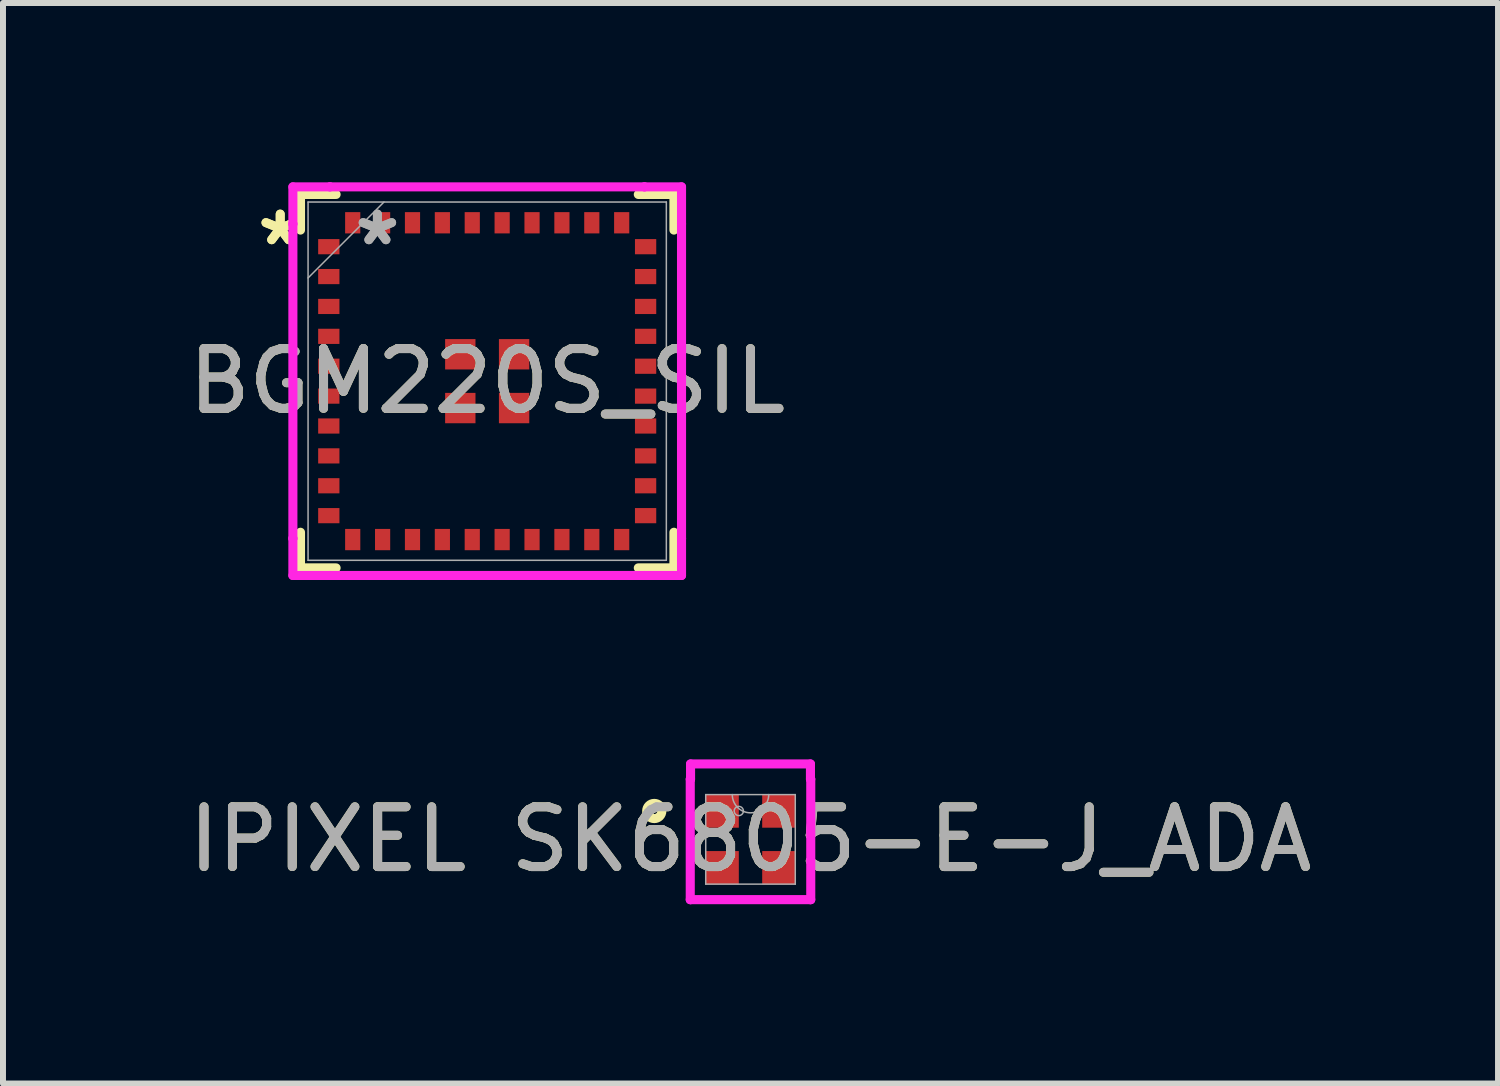
<source format=kicad_pcb>
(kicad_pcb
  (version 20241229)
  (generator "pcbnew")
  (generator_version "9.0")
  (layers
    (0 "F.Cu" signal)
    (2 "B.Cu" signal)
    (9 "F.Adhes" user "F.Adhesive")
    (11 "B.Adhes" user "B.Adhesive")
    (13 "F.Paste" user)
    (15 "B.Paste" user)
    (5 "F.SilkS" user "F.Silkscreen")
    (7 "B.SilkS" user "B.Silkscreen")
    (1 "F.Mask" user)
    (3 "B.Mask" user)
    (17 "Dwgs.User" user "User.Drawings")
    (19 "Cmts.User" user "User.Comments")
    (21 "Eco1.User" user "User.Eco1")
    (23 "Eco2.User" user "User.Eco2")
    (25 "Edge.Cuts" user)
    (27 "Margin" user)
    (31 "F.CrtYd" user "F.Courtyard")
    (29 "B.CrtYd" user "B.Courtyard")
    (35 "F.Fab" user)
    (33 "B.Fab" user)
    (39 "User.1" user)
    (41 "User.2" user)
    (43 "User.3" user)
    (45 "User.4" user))
  (footprint "IPIXEL SK6805-E-J_ADA"
    (layer "F.Cu")
    (at 9.506 10.993)
    (property "Reference" "IPIXEL SK6805-E-J_ADA" (at 0 0 0) (unlocked yes) (layer "F.SilkS") (effects (font (size 1 1) (thickness 0.15))))
    (attr smd)
    (fp_circle (center -1.61 -0.475) (end -1.483 -0.475) (stroke (width 0.152) (type solid)) (fill no) (layer "F.SilkS"))
    (fp_line (start -1.008 -1.008) (end -1.003 -1.008) (stroke (width 0.152) (type solid)) (layer "F.CrtYd"))
    (fp_line (start -1.008 1.008) (end -1.008 -1.008) (stroke (width 0.152) (type solid)) (layer "F.CrtYd"))
    (fp_line (start -1.008 1.008) (end -1.003 1.008) (stroke (width 0.152) (type solid)) (layer "F.CrtYd"))
    (fp_line (start -1.003 -1.262) (end 1.003 -1.262) (stroke (width 0.152) (type solid)) (layer "F.CrtYd"))
    (fp_line (start -1.003 -1.008) (end -1.003 -1.262) (stroke (width 0.152) (type solid)) (layer "F.CrtYd"))
    (fp_line (start -1.003 1.008) (end -1.003 1.008) (stroke (width 0.152) (type solid)) (layer "F.CrtYd"))
    (fp_line (start 1.003 -1.262) (end 1.003 -1.008) (stroke (width 0.152) (type solid)) (layer "F.CrtYd"))
    (fp_line (start 1.003 1.008) (end -1.003 1.008) (stroke (width 0.152) (type solid)) (layer "F.CrtYd"))
    (fp_line (start 1.003 1.008) (end 1.003 1.008) (stroke (width 0.152) (type solid)) (layer "F.CrtYd"))
    (fp_line (start 1.008 -1.008) (end 1.003 -1.008) (stroke (width 0.152) (type solid)) (layer "F.CrtYd"))
    (fp_line (start 1.008 -1.008) (end 1.008 1.008) (stroke (width 0.152) (type solid)) (layer "F.CrtYd"))
    (fp_line (start 1.008 1.008) (end 1.003 1.008) (stroke (width 0.152) (type solid)) (layer "F.CrtYd"))
    (fp_line (start -0.749 -0.749) (end -0.749 0.749) (stroke (width 0.025) (type solid)) (layer "F.Fab"))
    (fp_line (start -0.749 0.749) (end 0.749 0.749) (stroke (width 0.025) (type solid)) (layer "F.Fab"))
    (fp_line (start 0.749 -0.749) (end -0.749 -0.749) (stroke (width 0.025) (type solid)) (layer "F.Fab"))
    (fp_line (start 0.749 0.749) (end 0.749 -0.749) (stroke (width 0.025) (type solid)) (layer "F.Fab"))
    (fp_arc (start 0.3048 -0.7493) (mid 0 -0.4445) (end -0.3048 -0.7493) (stroke (width 0.0254) (type solid)) (layer "F.Fab"))
    (fp_circle (center -0.196 -0.475) (end -0.119 -0.475) (stroke (width 0.025) (type solid)) (fill no) (layer "F.Fab"))
    (fp_text user "${REFERENCE}" (at 0 0 0) (unlocked yes) (layer "F.Fab") (effects (font (size 1 1) (thickness 0.15))))
    (pad "1" smd rect (at -0.475 -0.475) (size 0.559 0.559) (layers "F.Cu" "F.Mask" "F.Paste"))
    (pad "2" smd rect (at -0.475 0.475) (size 0.559 0.559) (layers "F.Cu" "F.Mask" "F.Paste"))
    (pad "3" smd rect (at 0.475 0.475) (size 0.559 0.559) (layers "F.Cu" "F.Mask" "F.Paste"))
    (pad "4" smd rect (at 0.475 -0.475) (size 0.559 0.559) (layers "F.Cu" "F.Mask" "F.Paste")))
  (footprint "BGM220S_SIL"
    (layer "F.Cu")
    (at 5.101 3.327)
    (property "Reference" "BGM220S_SIL" (at 0 0 0) (unlocked yes) (layer "F.SilkS") (effects (font (size 1 1) (thickness 0.15))))
    (attr smd)
    (fp_line (start -3.124 -3.124) (end -3.124 -2.528) (stroke (width 0.152) (type solid)) (layer "F.SilkS"))
    (fp_line (start -3.124 2.528) (end -3.124 3.124) (stroke (width 0.152) (type solid)) (layer "F.SilkS"))
    (fp_line (start -3.124 3.124) (end -2.528 3.124) (stroke (width 0.152) (type solid)) (layer "F.SilkS"))
    (fp_line (start -2.528 -3.124) (end -3.124 -3.124) (stroke (width 0.152) (type solid)) (layer "F.SilkS"))
    (fp_line (start 2.528 3.124) (end 3.124 3.124) (stroke (width 0.152) (type solid)) (layer "F.SilkS"))
    (fp_line (start 3.124 -3.124) (end 2.528 -3.124) (stroke (width 0.152) (type solid)) (layer "F.SilkS"))
    (fp_line (start 3.124 -2.528) (end 3.124 -3.124) (stroke (width 0.152) (type solid)) (layer "F.SilkS"))
    (fp_line (start 3.124 3.124) (end 3.124 2.528) (stroke (width 0.152) (type solid)) (layer "F.SilkS"))
    (fp_line (start -3.251 -3.251) (end -2.631 -3.251) (stroke (width 0.152) (type solid)) (layer "F.CrtYd"))
    (fp_line (start -3.251 -2.631) (end -3.251 -3.251) (stroke (width 0.152) (type solid)) (layer "F.CrtYd"))
    (fp_line (start -3.251 -2.631) (end -3.251 -2.631) (stroke (width 0.152) (type solid)) (layer "F.CrtYd"))
    (fp_line (start -3.251 2.631) (end -3.251 -2.631) (stroke (width 0.152) (type solid)) (layer "F.CrtYd"))
    (fp_line (start -3.251 2.631) (end -3.251 2.631) (stroke (width 0.152) (type solid)) (layer "F.CrtYd"))
    (fp_line (start -3.251 3.251) (end -3.251 2.631) (stroke (width 0.152) (type solid)) (layer "F.CrtYd"))
    (fp_line (start -2.631 -3.251) (end -2.631 -3.251) (stroke (width 0.152) (type solid)) (layer "F.CrtYd"))
    (fp_line (start -2.631 -3.251) (end 2.631 -3.251) (stroke (width 0.152) (type solid)) (layer "F.CrtYd"))
    (fp_line (start -2.631 3.251) (end -3.251 3.251) (stroke (width 0.152) (type solid)) (layer "F.CrtYd"))
    (fp_line (start -2.631 3.251) (end -2.631 3.251) (stroke (width 0.152) (type solid)) (layer "F.CrtYd"))
    (fp_line (start 2.631 -3.251) (end 2.631 -3.251) (stroke (width 0.152) (type solid)) (layer "F.CrtYd"))
    (fp_line (start 2.631 -3.251) (end 3.251 -3.251) (stroke (width 0.152) (type solid)) (layer "F.CrtYd"))
    (fp_line (start 2.631 3.251) (end -2.631 3.251) (stroke (width 0.152) (type solid)) (layer "F.CrtYd"))
    (fp_line (start 2.631 3.251) (end 2.631 3.251) (stroke (width 0.152) (type solid)) (layer "F.CrtYd"))
    (fp_line (start 3.251 -3.251) (end 3.251 -2.631) (stroke (width 0.152) (type solid)) (layer "F.CrtYd"))
    (fp_line (start 3.251 -2.631) (end 3.251 -2.631) (stroke (width 0.152) (type solid)) (layer "F.CrtYd"))
    (fp_line (start 3.251 -2.631) (end 3.251 2.631) (stroke (width 0.152) (type solid)) (layer "F.CrtYd"))
    (fp_line (start 3.251 2.631) (end 3.251 2.631) (stroke (width 0.152) (type solid)) (layer "F.CrtYd"))
    (fp_line (start 3.251 2.631) (end 3.251 3.251) (stroke (width 0.152) (type solid)) (layer "F.CrtYd"))
    (fp_line (start 3.251 3.251) (end 2.631 3.251) (stroke (width 0.152) (type solid)) (layer "F.CrtYd"))
    (fp_line (start -2.997 -2.997) (end -2.997 2.997) (stroke (width 0.025) (type solid)) (layer "F.Fab"))
    (fp_line (start -2.997 -1.727) (end -1.727 -2.997) (stroke (width 0.025) (type solid)) (layer "F.Fab"))
    (fp_line (start -2.997 2.997) (end 2.997 2.997) (stroke (width 0.025) (type solid)) (layer "F.Fab"))
    (fp_line (start 2.997 -2.997) (end -2.997 -2.997) (stroke (width 0.025) (type solid)) (layer "F.Fab"))
    (fp_line (start 2.997 2.997) (end 2.997 -2.997) (stroke (width 0.025) (type solid)) (layer "F.Fab"))
    (fp_text user "*" (at -3.463 -2.25 0) (layer "F.SilkS") (effects (font (size 1 1) (thickness 0.15))))
    (fp_text user "*" (at -3.463 -2.25 0) (unlocked yes) (layer "F.SilkS") (effects (font (size 1 1) (thickness 0.15))))
    (fp_text user "*" (at -1.837 -2.25 0) (layer "F.Fab") (effects (font (size 1 1) (thickness 0.15))))
    (fp_text user "${REFERENCE}" (at 0 0 0) (unlocked yes) (layer "F.Fab") (effects (font (size 1 1) (thickness 0.15))))
    (fp_text user "*" (at -1.837 -2.25 0) (unlocked yes) (layer "F.Fab") (effects (font (size 1 1) (thickness 0.15))))
    (pad "1" smd rect (at -2.65 -2.25) (size 0.356 0.254) (layers "F.Cu" "F.Mask" "F.Paste"))
    (pad "2" smd rect (at -2.65 -1.75) (size 0.356 0.254) (layers "F.Cu" "F.Mask" "F.Paste"))
    (pad "3" smd rect (at -2.65 -1.25) (size 0.356 0.254) (layers "F.Cu" "F.Mask" "F.Paste"))
    (pad "4" smd rect (at -2.65 -0.75) (size 0.356 0.254) (layers "F.Cu" "F.Mask" "F.Paste"))
    (pad "5" smd rect (at -2.65 -0.25) (size 0.356 0.254) (layers "F.Cu" "F.Mask" "F.Paste"))
    (pad "6" smd rect (at -2.65 0.25) (size 0.356 0.254) (layers "F.Cu" "F.Mask" "F.Paste"))
    (pad "7" smd rect (at -2.65 0.75) (size 0.356 0.254) (layers "F.Cu" "F.Mask" "F.Paste"))
    (pad "8" smd rect (at -2.65 1.25) (size 0.356 0.254) (layers "F.Cu" "F.Mask" "F.Paste"))
    (pad "9" smd rect (at -2.65 1.75) (size 0.356 0.254) (layers "F.Cu" "F.Mask" "F.Paste"))
    (pad "10" smd rect (at -2.65 2.25) (size 0.356 0.254) (layers "F.Cu" "F.Mask" "F.Paste"))
    (pad "11" smd rect (at -2.25 2.65 90) (size 0.356 0.254) (layers "F.Cu" "F.Mask" "F.Paste"))
    (pad "12" smd rect (at -1.75 2.65 90) (size 0.356 0.254) (layers "F.Cu" "F.Mask" "F.Paste"))
    (pad "13" smd rect (at -1.25 2.65 90) (size 0.356 0.254) (layers "F.Cu" "F.Mask" "F.Paste"))
    (pad "14" smd rect (at -0.75 2.65 90) (size 0.356 0.254) (layers "F.Cu" "F.Mask" "F.Paste"))
    (pad "15" smd rect (at -0.25 2.65 90) (size 0.356 0.254) (layers "F.Cu" "F.Mask" "F.Paste"))
    (pad "16" smd rect (at 0.25 2.65 90) (size 0.356 0.254) (layers "F.Cu" "F.Mask" "F.Paste"))
    (pad "17" smd rect (at 0.75 2.65 90) (size 0.356 0.254) (layers "F.Cu" "F.Mask" "F.Paste"))
    (pad "18" smd rect (at 1.25 2.65 90) (size 0.356 0.254) (layers "F.Cu" "F.Mask" "F.Paste"))
    (pad "19" smd rect (at 1.75 2.65 90) (size 0.356 0.254) (layers "F.Cu" "F.Mask" "F.Paste"))
    (pad "20" smd rect (at 2.25 2.65 90) (size 0.356 0.254) (layers "F.Cu" "F.Mask" "F.Paste"))
    (pad "21" smd rect (at 2.65 2.25) (size 0.356 0.254) (layers "F.Cu" "F.Mask" "F.Paste"))
    (pad "22" smd rect (at 2.65 1.75) (size 0.356 0.254) (layers "F.Cu" "F.Mask" "F.Paste"))
    (pad "23" smd rect (at 2.65 1.25) (size 0.356 0.254) (layers "F.Cu" "F.Mask" "F.Paste"))
    (pad "24" smd rect (at 2.65 0.75) (size 0.356 0.254) (layers "F.Cu" "F.Mask" "F.Paste"))
    (pad "25" smd rect (at 2.65 0.25) (size 0.356 0.254) (layers "F.Cu" "F.Mask" "F.Paste"))
    (pad "26" smd rect (at 2.65 -0.25) (size 0.356 0.254) (layers "F.Cu" "F.Mask" "F.Paste"))
    (pad "27" smd rect (at 2.65 -0.75) (size 0.356 0.254) (layers "F.Cu" "F.Mask" "F.Paste"))
    (pad "28" smd rect (at 2.65 -1.25) (size 0.356 0.254) (layers "F.Cu" "F.Mask" "F.Paste"))
    (pad "29" smd rect (at 2.65 -1.75) (size 0.356 0.254) (layers "F.Cu" "F.Mask" "F.Paste"))
    (pad "30" smd rect (at 2.65 -2.25) (size 0.356 0.254) (layers "F.Cu" "F.Mask" "F.Paste"))
    (pad "31" smd rect (at 2.25 -2.65 90) (size 0.356 0.254) (layers "F.Cu" "F.Mask" "F.Paste"))
    (pad "32" smd rect (at 1.75 -2.65 90) (size 0.356 0.254) (layers "F.Cu" "F.Mask" "F.Paste"))
    (pad "33" smd rect (at 1.25 -2.65 90) (size 0.356 0.254) (layers "F.Cu" "F.Mask" "F.Paste"))
    (pad "34" smd rect (at 0.75 -2.65 90) (size 0.356 0.254) (layers "F.Cu" "F.Mask" "F.Paste"))
    (pad "35" smd rect (at 0.25 -2.65 90) (size 0.356 0.254) (layers "F.Cu" "F.Mask" "F.Paste"))
    (pad "36" smd rect (at -0.25 -2.65 90) (size 0.356 0.254) (layers "F.Cu" "F.Mask" "F.Paste"))
    (pad "37" smd rect (at -0.75 -2.65 90) (size 0.356 0.254) (layers "F.Cu" "F.Mask" "F.Paste"))
    (pad "38" smd rect (at -1.25 -2.65 90) (size 0.356 0.254) (layers "F.Cu" "F.Mask" "F.Paste"))
    (pad "39" smd rect (at -1.75 -2.65 90) (size 0.356 0.254) (layers "F.Cu" "F.Mask" "F.Paste"))
    (pad "40" smd rect (at -2.25 -2.65 90) (size 0.356 0.254) (layers "F.Cu" "F.Mask" "F.Paste"))
    (pad "41" smd rect (at -0.45 -0.45) (size 0.508 0.508) (layers "F.Cu" "F.Mask" "F.Paste"))
    (pad "42" smd rect (at 0.45 -0.45) (size 0.508 0.508) (layers "F.Cu" "F.Mask" "F.Paste"))
    (pad "43" smd rect (at -0.45 0.45) (size 0.508 0.508) (layers "F.Cu" "F.Mask" "F.Paste"))
    (pad "44" smd rect (at 0.45 0.45) (size 0.508 0.508) (layers "F.Cu" "F.Mask" "F.Paste")))
  (gr_rect
    (start -3 -3)
    (end 22.012 15.078)
    (stroke (width 0.1) (type default))
    (fill no)
    (layer "Edge.Cuts")))
</source>
